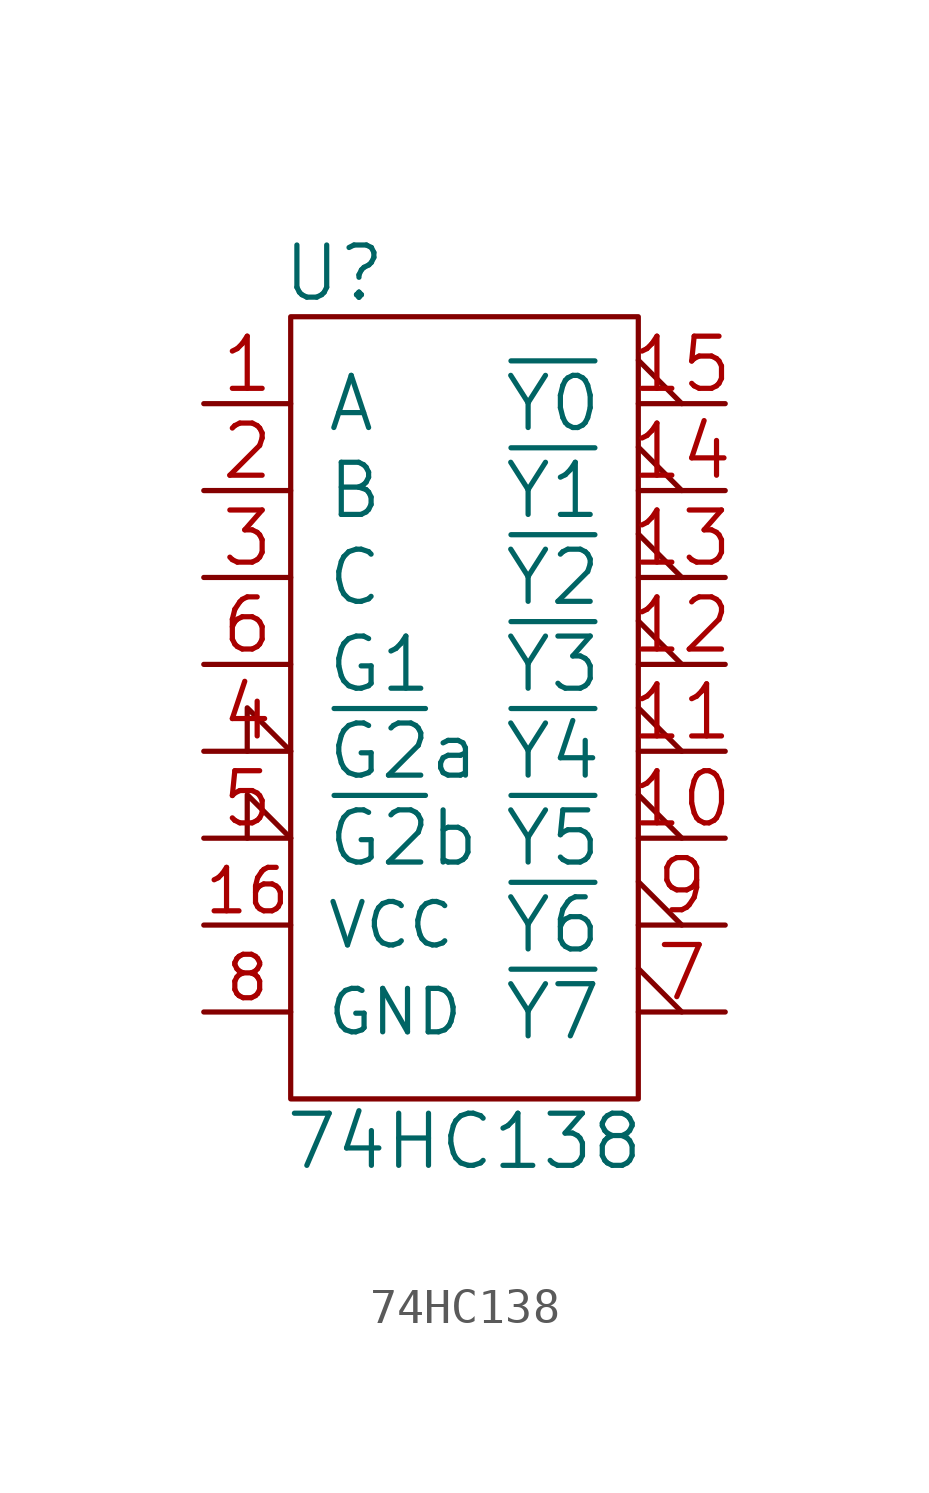
<source format=kicad_sym>
(kicad_symbol_lib
  (version 20211014)
  (generator kicad_symbol_editor)
  (symbol "74HC138"
    (pin_names
      (offset 1.016))
    (property "Reference" "U"
      (at -3.81 12.7 0)
      (effects (font (size 1.524 1.524))))
    (property "Value" "74HC138"
      (at 0 -12.675 0)
      (effects (font (size 1.524 1.524))))
    (property "Footprint" ""
      (at 0 0 0)
      (effects (font (size 1.524 1.524))))
    (property "Datasheet" ""
      (at 0 0 0)
      (effects (font (size 1.524 1.524))))
    (symbol "74HC138_0_1"
      (rectangle (start -5.08 11.43) (end 5.08 -11.43) (stroke (width 0) (type default) (color 0 0 0 0)) (fill (type none))))
    (symbol "74HC138_1_1"
      (pin input line (at -7.62 8.89 0) (length 2.54) (name "A" (effects (font (size 1.524 1.524)))) (number "1" (effects (font (size 1.524 1.524)))))
      (pin output output_low (at 7.62 -3.81 180) (length 2.54) (name "~{Y5}" (effects (font (size 1.524 1.524)))) (number "10" (effects (font (size 1.524 1.524)))))
      (pin output output_low (at 7.62 -1.27 180) (length 2.54) (name "~{Y4}" (effects (font (size 1.524 1.524)))) (number "11" (effects (font (size 1.524 1.524)))))
      (pin output output_low (at 7.62 1.27 180) (length 2.54) (name "~{Y3}" (effects (font (size 1.524 1.524)))) (number "12" (effects (font (size 1.524 1.524)))))
      (pin output output_low (at 7.62 3.81 180) (length 2.54) (name "~{Y2}" (effects (font (size 1.524 1.524)))) (number "13" (effects (font (size 1.524 1.524)))))
      (pin output output_low (at 7.62 6.35 180) (length 2.54) (name "~{Y1}" (effects (font (size 1.524 1.524)))) (number "14" (effects (font (size 1.524 1.524)))))
      (pin output output_low (at 7.62 8.89 180) (length 2.54) (name "~{Y0}" (effects (font (size 1.524 1.524)))) (number "15" (effects (font (size 1.524 1.524)))))
      (pin power_in line (at -7.62 -6.35 0) (length 2.54) (name "VCC" (effects (font (size 1.27 1.27)))) (number "16" (effects (font (size 1.27 1.27)))))
      (pin input line (at -7.62 6.35 0) (length 2.54) (name "B" (effects (font (size 1.524 1.524)))) (number "2" (effects (font (size 1.524 1.524)))))
      (pin input line (at -7.62 3.81 0) (length 2.54) (name "C" (effects (font (size 1.524 1.524)))) (number "3" (effects (font (size 1.524 1.524)))))
      (pin input input_low (at -7.62 -1.27 0) (length 2.54) (name "~{G2}a" (effects (font (size 1.524 1.524)))) (number "4" (effects (font (size 1.524 1.524)))))
      (pin input input_low (at -7.62 -3.81 0) (length 2.54) (name "~{G2}b" (effects (font (size 1.524 1.524)))) (number "5" (effects (font (size 1.524 1.524)))))
      (pin input line (at -7.62 1.27 0) (length 2.54) (name "G1" (effects (font (size 1.524 1.524)))) (number "6" (effects (font (size 1.524 1.524)))))
      (pin output output_low (at 7.62 -8.89 180) (length 2.54) (name "~{Y7}" (effects (font (size 1.524 1.524)))) (number "7" (effects (font (size 1.524 1.524)))))
      (pin passive line (at -7.62 -8.89 0) (length 2.54) (name "GND" (effects (font (size 1.27 1.27)))) (number "8" (effects (font (size 1.27 1.27)))))
      (pin output output_low (at 7.62 -6.35 180) (length 2.54) (name "~{Y6}" (effects (font (size 1.524 1.524)))) (number "9" (effects (font (size 1.524 1.524))))))))
</source>
